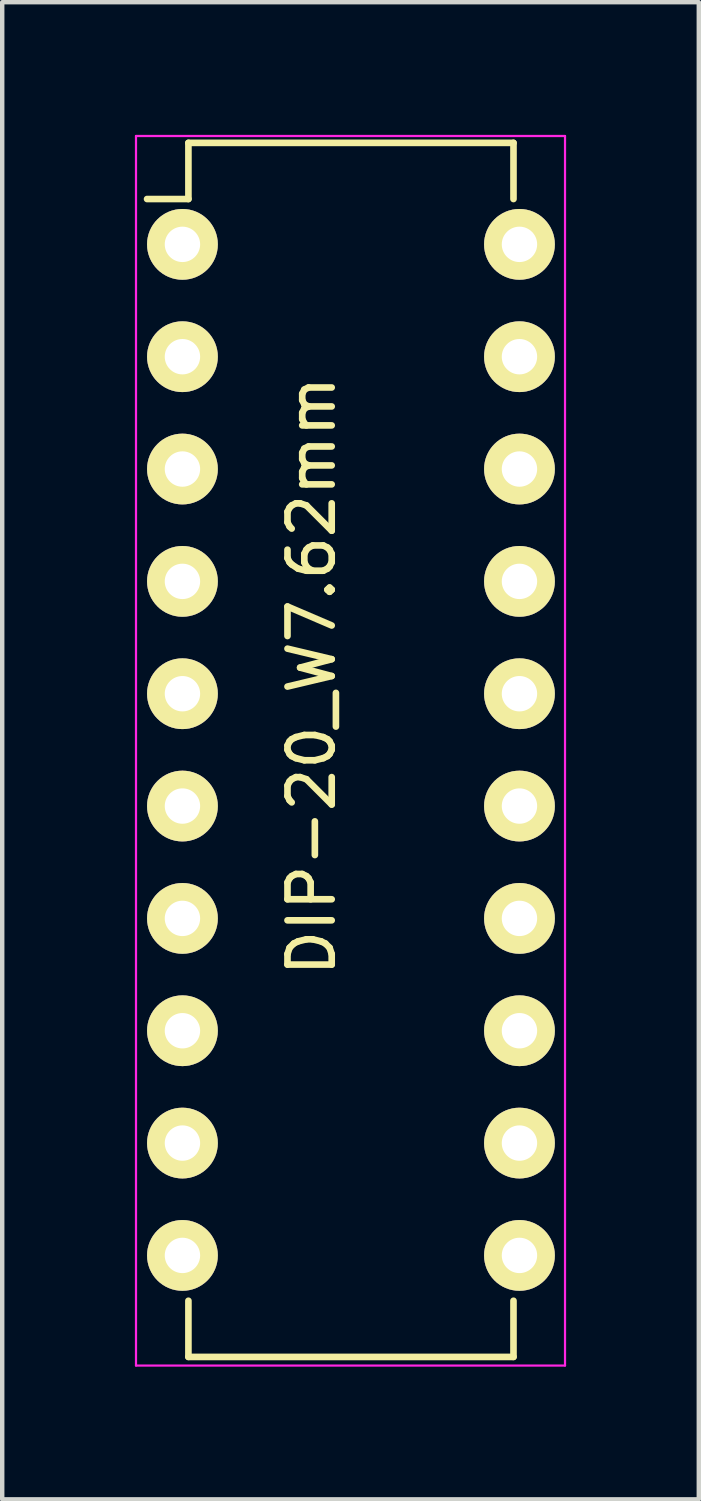
<source format=kicad_pcb>
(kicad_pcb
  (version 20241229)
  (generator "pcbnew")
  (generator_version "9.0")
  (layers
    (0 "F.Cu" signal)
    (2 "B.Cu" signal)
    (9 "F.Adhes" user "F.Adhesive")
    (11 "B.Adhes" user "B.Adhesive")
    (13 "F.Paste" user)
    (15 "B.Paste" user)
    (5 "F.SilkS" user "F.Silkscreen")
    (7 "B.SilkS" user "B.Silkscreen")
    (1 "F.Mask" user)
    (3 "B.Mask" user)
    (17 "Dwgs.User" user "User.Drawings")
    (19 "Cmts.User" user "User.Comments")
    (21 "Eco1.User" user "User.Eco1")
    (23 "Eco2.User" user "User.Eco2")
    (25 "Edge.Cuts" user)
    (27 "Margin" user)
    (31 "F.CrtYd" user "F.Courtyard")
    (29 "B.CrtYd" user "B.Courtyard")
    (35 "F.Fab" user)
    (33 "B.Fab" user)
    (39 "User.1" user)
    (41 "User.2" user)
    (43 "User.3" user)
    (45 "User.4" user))
  (footprint "DIP-20_W7.62mm"
    (layer "F.Cu")
    (at 1.075 2.475)
    (property "Reference" "DIP-20_W7.62mm" (at 2.92 9.76 90) (layer "F.SilkS") (effects (font (size 1 1) (thickness 0.15))))
    (attr through_hole)
    (fp_line (start 0.135 -2.295) (end 0.135 -1.025) (stroke (width 0.15) (type solid)) (layer "F.SilkS"))
    (fp_line (start 0.135 -2.295) (end 7.485 -2.295) (stroke (width 0.15) (type solid)) (layer "F.SilkS"))
    (fp_line (start 0.135 -1.025) (end -0.8 -1.025) (stroke (width 0.15) (type solid)) (layer "F.SilkS"))
    (fp_line (start 0.135 25.155) (end 0.135 23.885) (stroke (width 0.15) (type solid)) (layer "F.SilkS"))
    (fp_line (start 0.135 25.155) (end 7.485 25.155) (stroke (width 0.15) (type solid)) (layer "F.SilkS"))
    (fp_line (start 7.485 -2.295) (end 7.485 -1.025) (stroke (width 0.15) (type solid)) (layer "F.SilkS"))
    (fp_line (start 7.485 25.155) (end 7.485 23.885) (stroke (width 0.15) (type solid)) (layer "F.SilkS"))
    (fp_line (start -1.05 -2.45) (end -1.05 25.35) (stroke (width 0.05) (type solid)) (layer "F.CrtYd"))
    (fp_line (start -1.05 -2.45) (end 8.65 -2.45) (stroke (width 0.05) (type solid)) (layer "F.CrtYd"))
    (fp_line (start -1.05 25.35) (end 8.65 25.35) (stroke (width 0.05) (type solid)) (layer "F.CrtYd"))
    (fp_line (start 8.65 -2.45) (end 8.65 25.35) (stroke (width 0.05) (type solid)) (layer "F.CrtYd"))
    (pad "1" thru_hole oval (at 0 0) (size 1.6 1.6) (drill 0.8) (layers "*.Cu" "*.Mask" "F.SilkS"))
    (pad "2" thru_hole oval (at 0 2.54) (size 1.6 1.6) (drill 0.8) (layers "*.Cu" "*.Mask" "F.SilkS"))
    (pad "3" thru_hole oval (at 0 5.08) (size 1.6 1.6) (drill 0.8) (layers "*.Cu" "*.Mask" "F.SilkS"))
    (pad "4" thru_hole oval (at 0 7.62) (size 1.6 1.6) (drill 0.8) (layers "*.Cu" "*.Mask" "F.SilkS"))
    (pad "5" thru_hole oval (at 0 10.16) (size 1.6 1.6) (drill 0.8) (layers "*.Cu" "*.Mask" "F.SilkS"))
    (pad "6" thru_hole oval (at 0 12.7) (size 1.6 1.6) (drill 0.8) (layers "*.Cu" "*.Mask" "F.SilkS"))
    (pad "7" thru_hole oval (at 0 15.24) (size 1.6 1.6) (drill 0.8) (layers "*.Cu" "*.Mask" "F.SilkS"))
    (pad "8" thru_hole oval (at 0 17.78) (size 1.6 1.6) (drill 0.8) (layers "*.Cu" "*.Mask" "F.SilkS"))
    (pad "9" thru_hole oval (at 0 20.32) (size 1.6 1.6) (drill 0.8) (layers "*.Cu" "*.Mask" "F.SilkS"))
    (pad "10" thru_hole oval (at 0 22.86) (size 1.6 1.6) (drill 0.8) (layers "*.Cu" "*.Mask" "F.SilkS"))
    (pad "11" thru_hole oval (at 7.62 22.86) (size 1.6 1.6) (drill 0.8) (layers "*.Cu" "*.Mask" "F.SilkS"))
    (pad "12" thru_hole oval (at 7.62 20.32) (size 1.6 1.6) (drill 0.8) (layers "*.Cu" "*.Mask" "F.SilkS"))
    (pad "13" thru_hole oval (at 7.62 17.78) (size 1.6 1.6) (drill 0.8) (layers "*.Cu" "*.Mask" "F.SilkS"))
    (pad "14" thru_hole oval (at 7.62 15.24) (size 1.6 1.6) (drill 0.8) (layers "*.Cu" "*.Mask" "F.SilkS"))
    (pad "15" thru_hole oval (at 7.62 12.7) (size 1.6 1.6) (drill 0.8) (layers "*.Cu" "*.Mask" "F.SilkS"))
    (pad "16" thru_hole oval (at 7.62 10.16) (size 1.6 1.6) (drill 0.8) (layers "*.Cu" "*.Mask" "F.SilkS"))
    (pad "17" thru_hole oval (at 7.62 7.62) (size 1.6 1.6) (drill 0.8) (layers "*.Cu" "*.Mask" "F.SilkS"))
    (pad "18" thru_hole oval (at 7.62 5.08) (size 1.6 1.6) (drill 0.8) (layers "*.Cu" "*.Mask" "F.SilkS"))
    (pad "19" thru_hole oval (at 7.62 2.54) (size 1.6 1.6) (drill 0.8) (layers "*.Cu" "*.Mask" "F.SilkS"))
    (pad "20" thru_hole oval (at 7.62 0) (size 1.6 1.6) (drill 0.8) (layers "*.Cu" "*.Mask" "F.SilkS")))
  (gr_rect
    (start -3 -3)
    (end 12.75 30.85)
    (stroke (width 0.1) (type default))
    (fill no)
    (layer "Edge.Cuts")))
</source>
